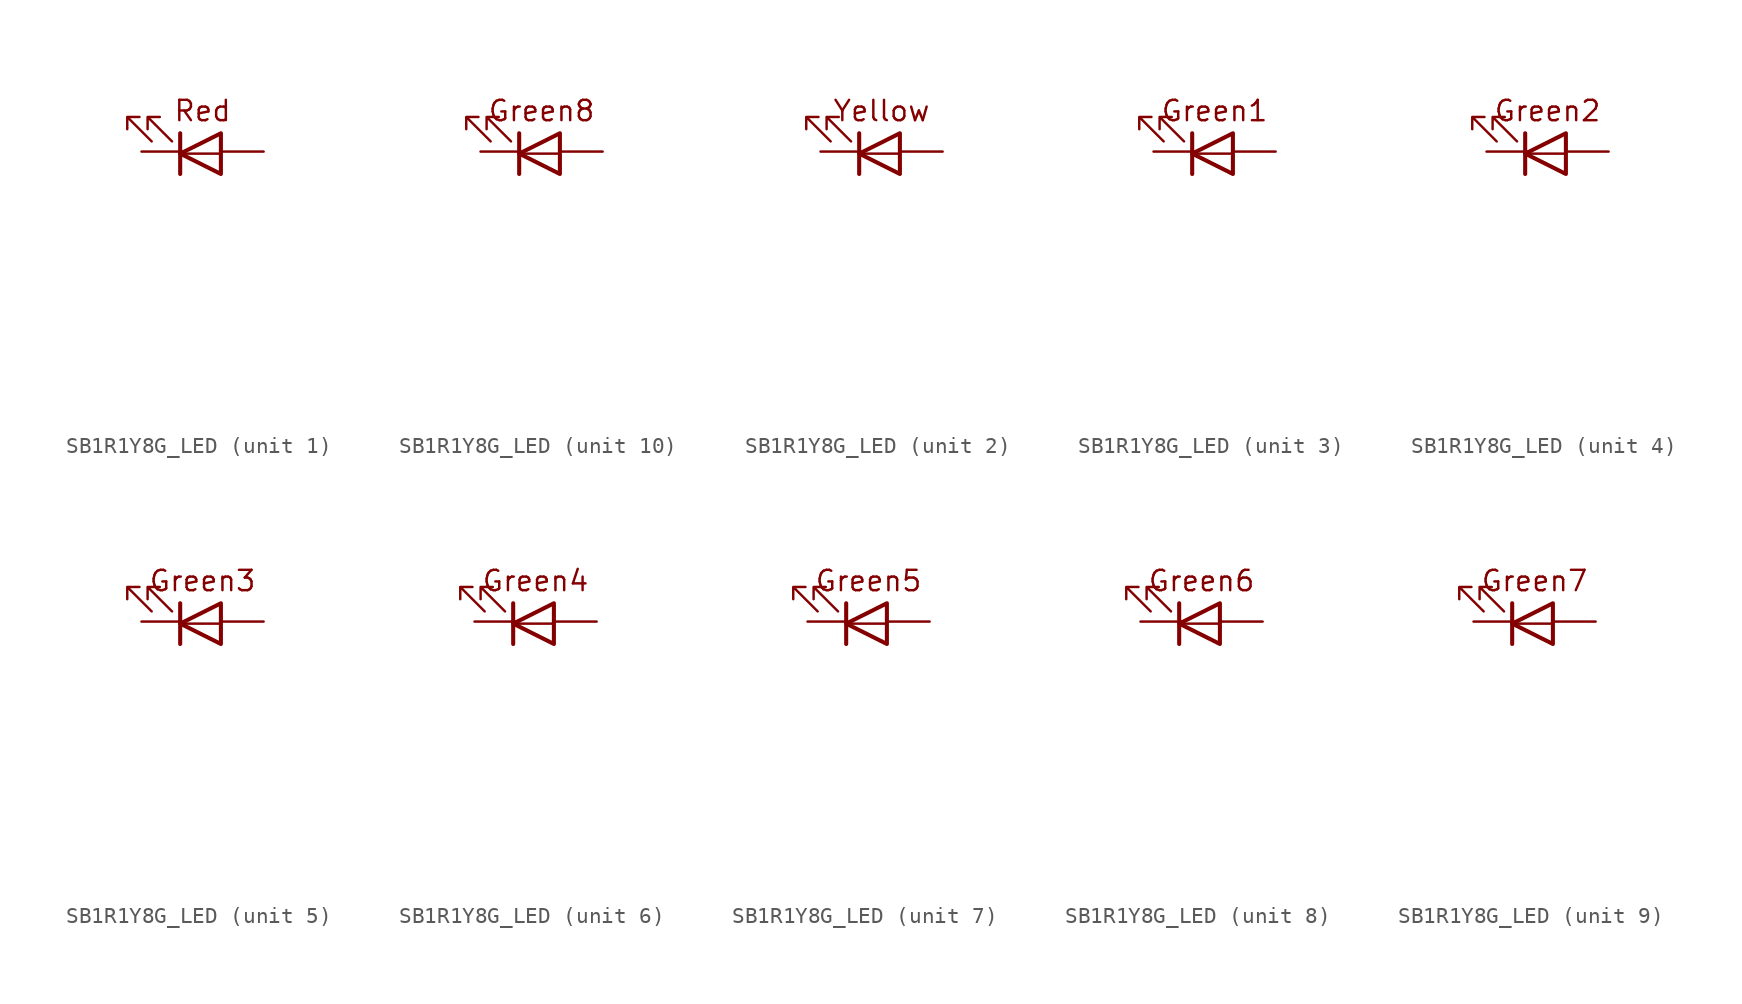
<source format=kicad_sym>
(kicad_symbol_lib
  (version 20211014)
  (generator kicad_symbol_editor)
  (symbol "SB1R1Y8G_LED"
    (property "Reference" "U"
      (at 0 10.16 0)
      (effects (font (size 1.27 1.27)) hide))
    (property "ki_locked" ""
      (at 0 0 0)
      (effects (font (size 1.27 1.27))))
    (symbol "SB1R1Y8G_LED_0_0"
      (text "" (at 0.635 0 900) (effects (font (size 1.27 1.27))))
      (text "" (at 1.27 -15.24 0) (effects (font (size 1.27 1.27)))))
    (symbol "SB1R1Y8G_LED_0_1"
      (polyline (pts (xy -1.397 -0.127) (xy 1.143 -0.127)) (stroke (width 0) (type default) (color 0 0 0 0)) (fill (type none)))
      (polyline (pts (xy -1.397 1.143) (xy -1.397 -1.397)) (stroke (width 0.254) (type default) (color 0 0 0 0)) (fill (type none)))
      (polyline (pts (xy 1.143 1.143) (xy 1.143 -1.397) (xy -1.397 -0.127) (xy 1.143 1.143)) (stroke (width 0.254) (type default) (color 0 0 0 0)) (fill (type none)))
      (polyline (pts (xy -3.175 0.635) (xy -4.699 2.159) (xy -3.937 2.159) (xy -4.699 2.159) (xy -4.699 1.397)) (stroke (width 0) (type default) (color 0 0 0 0)) (fill (type none)))
      (polyline (pts (xy -1.905 0.635) (xy -3.429 2.159) (xy -2.667 2.159) (xy -3.429 2.159) (xy -3.429 1.397)) (stroke (width 0) (type default) (color 0 0 0 0)) (fill (type none))))
    (symbol "SB1R1Y8G_LED_1_0"
      (text "Red" (at 0 2.54 0) (effects (font (size 1.27 1.27)))))
    (symbol "SB1R1Y8G_LED_1_1"
      (pin passive line (at -3.81 0 0) (length 2.54) (name "" (effects (font (size 1.27 1.27)))) (number "1" (effects (font (size 0 0)))))
      (pin passive line (at 3.81 0 180) (length 2.54) (name "" (effects (font (size 1.27 1.27)))) (number "11" (effects (font (size 0 0))))))
    (symbol "SB1R1Y8G_LED_2_0"
      (text "Yellow" (at 0 2.54 0) (effects (font (size 1.27 1.27)))))
    (symbol "SB1R1Y8G_LED_2_1"
      (pin passive line (at 3.81 0 180) (length 2.54) (name "" (effects (font (size 1.27 1.27)))) (number "12" (effects (font (size 0 0)))))
      (pin passive line (at -3.81 0 0) (length 2.54) (name "" (effects (font (size 1.27 1.27)))) (number "2" (effects (font (size 0 0))))))
    (symbol "SB1R1Y8G_LED_3_0"
      (text "Green1" (at 0 2.54 0) (effects (font (size 1.27 1.27)))))
    (symbol "SB1R1Y8G_LED_3_1"
      (pin passive line (at 3.81 0 180) (length 2.54) (name "" (effects (font (size 1.27 1.27)))) (number "13" (effects (font (size 0 0)))))
      (pin passive line (at -3.81 0 0) (length 2.54) (name "" (effects (font (size 1.27 1.27)))) (number "3" (effects (font (size 0 0))))))
    (symbol "SB1R1Y8G_LED_4_0"
      (text "Green2" (at 0 2.54 0) (effects (font (size 1.27 1.27)))))
    (symbol "SB1R1Y8G_LED_4_1"
      (pin passive line (at 3.81 0 180) (length 2.54) (name "" (effects (font (size 1.27 1.27)))) (number "14" (effects (font (size 0 0)))))
      (pin passive line (at -3.81 0 0) (length 2.54) (name "" (effects (font (size 1.27 1.27)))) (number "4" (effects (font (size 0 0))))))
    (symbol "SB1R1Y8G_LED_5_0"
      (text "Green3" (at 0 2.54 0) (effects (font (size 1.27 1.27)))))
    (symbol "SB1R1Y8G_LED_5_1"
      (pin passive line (at 3.81 0 180) (length 2.54) (name "" (effects (font (size 1.27 1.27)))) (number "15" (effects (font (size 0 0)))))
      (pin passive line (at -3.81 0 0) (length 2.54) (name "" (effects (font (size 1.27 1.27)))) (number "5" (effects (font (size 0 0))))))
    (symbol "SB1R1Y8G_LED_6_0"
      (text "Green4" (at 0 2.54 0) (effects (font (size 1.27 1.27)))))
    (symbol "SB1R1Y8G_LED_6_1"
      (pin passive line (at 3.81 0 180) (length 2.54) (name "" (effects (font (size 1.27 1.27)))) (number "16" (effects (font (size 0 0)))))
      (pin passive line (at -3.81 0 0) (length 2.54) (name "" (effects (font (size 1.27 1.27)))) (number "6" (effects (font (size 0 0))))))
    (symbol "SB1R1Y8G_LED_7_0"
      (text "Green5" (at 0 2.54 0) (effects (font (size 1.27 1.27)))))
    (symbol "SB1R1Y8G_LED_7_1"
      (pin passive line (at 3.81 0 180) (length 2.54) (name "" (effects (font (size 1.27 1.27)))) (number "17" (effects (font (size 0 0)))))
      (pin passive line (at -3.81 0 0) (length 2.54) (name "" (effects (font (size 1.27 1.27)))) (number "7" (effects (font (size 0 0))))))
    (symbol "SB1R1Y8G_LED_8_0"
      (text "Green6" (at 0 2.54 0) (effects (font (size 1.27 1.27)))))
    (symbol "SB1R1Y8G_LED_8_1"
      (pin passive line (at 3.81 0 180) (length 2.54) (name "" (effects (font (size 1.27 1.27)))) (number "18" (effects (font (size 0 0)))))
      (pin passive line (at -3.81 0 0) (length 2.54) (name "" (effects (font (size 1.27 1.27)))) (number "8" (effects (font (size 0 0))))))
    (symbol "SB1R1Y8G_LED_9_0"
      (text "Green7" (at 0 2.54 0) (effects (font (size 1.27 1.27)))))
    (symbol "SB1R1Y8G_LED_9_1"
      (pin passive line (at 3.81 0 180) (length 2.54) (name "" (effects (font (size 1.27 1.27)))) (number "19" (effects (font (size 0 0)))))
      (pin passive line (at -3.81 0 0) (length 2.54) (name "" (effects (font (size 1.27 1.27)))) (number "9" (effects (font (size 0 0))))))
    (symbol "SB1R1Y8G_LED_10_0"
      (text "Green8" (at 0 2.54 0) (effects (font (size 1.27 1.27)))))
    (symbol "SB1R1Y8G_LED_10_1"
      (pin passive line (at 3.81 0 180) (length 2.54) (name "" (effects (font (size 1.27 1.27)))) (number "10" (effects (font (size 0 0)))))
      (pin passive line (at -3.81 0 0) (length 2.54) (name "" (effects (font (size 1.27 1.27)))) (number "20" (effects (font (size 0 0))))))))
</source>
